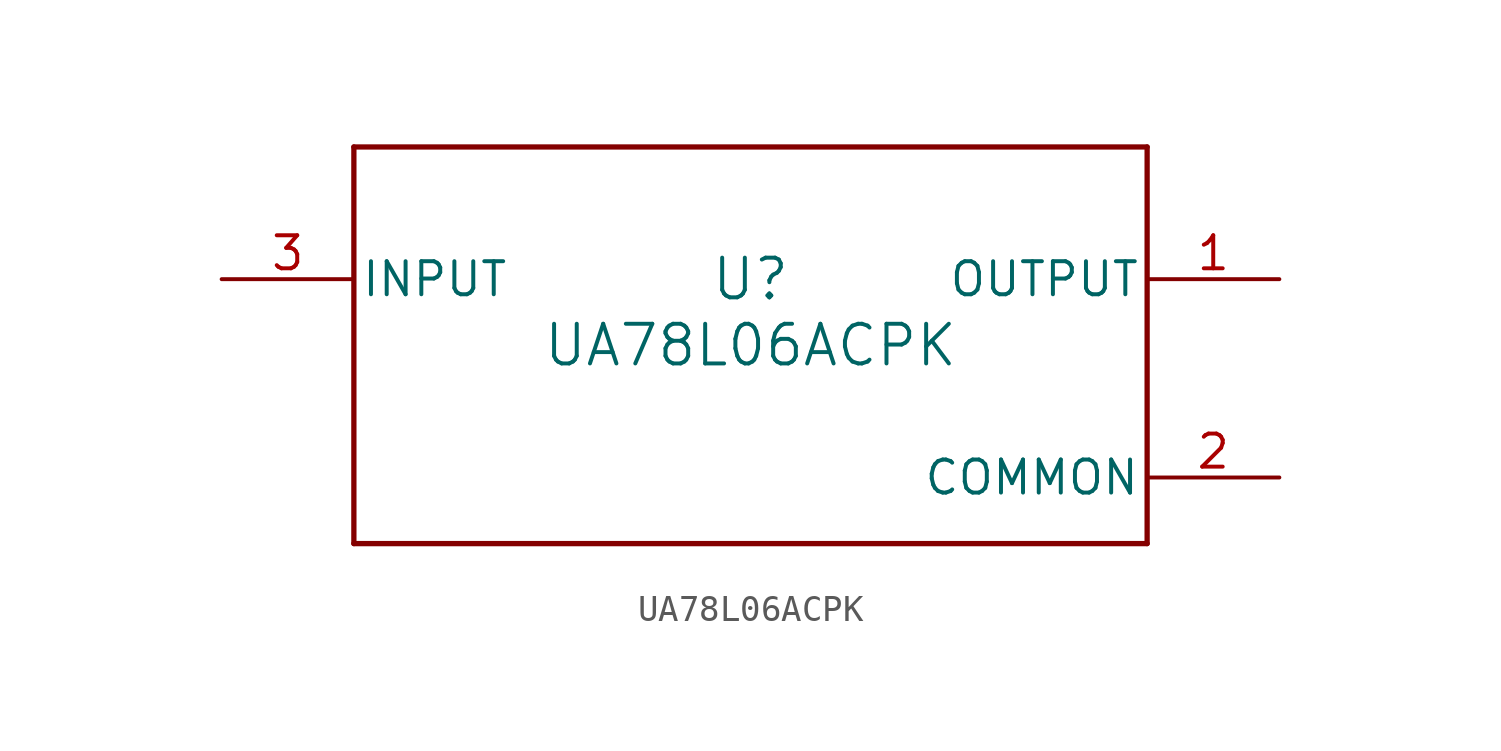
<source format=kicad_sym>
(kicad_symbol_lib
  (version 20211014)
  (generator kicad_symbol_editor)
  (symbol "UA78L06ACPK"
    (pin_names
      (offset 0.254))
    (property "Reference" "U"
      (at 0 2.54 0)
      (effects (font (size 1.524 1.524))))
    (property "Value" "UA78L06ACPK"
      (at 0 0 0)
      (effects (font (size 1.524 1.524))))
    (symbol "UA78L06ACPK_0_1"
      (polyline (pts (xy -15.24 -7.62) (xy 15.24 -7.62)) (stroke (width 0.203) (type default) (color 0 0 0 0)) (fill (type none)))
      (polyline (pts (xy 15.24 -7.62) (xy 15.24 7.62)) (stroke (width 0.203) (type default) (color 0 0 0 0)) (fill (type none)))
      (polyline (pts (xy 15.24 7.62) (xy -15.24 7.62)) (stroke (width 0.203) (type default) (color 0 0 0 0)) (fill (type none)))
      (polyline (pts (xy -15.24 7.62) (xy -15.24 -7.62)) (stroke (width 0.203) (type default) (color 0 0 0 0)) (fill (type none)))
      (pin power_in line (at 20.32 2.54 180) (length 5.08) (name "OUTPUT" (effects (font (size 1.27 1.27)))) (number "1" (effects (font (size 1.27 1.27)))))
      (pin power_in line (at 20.32 -5.08 180) (length 5.08) (name "COMMON" (effects (font (size 1.27 1.27)))) (number "2" (effects (font (size 1.27 1.27)))))
      (pin power_in line (at -20.32 2.54 0) (length 5.08) (name "INPUT" (effects (font (size 1.27 1.27)))) (number "3" (effects (font (size 1.27 1.27))))))))
</source>
